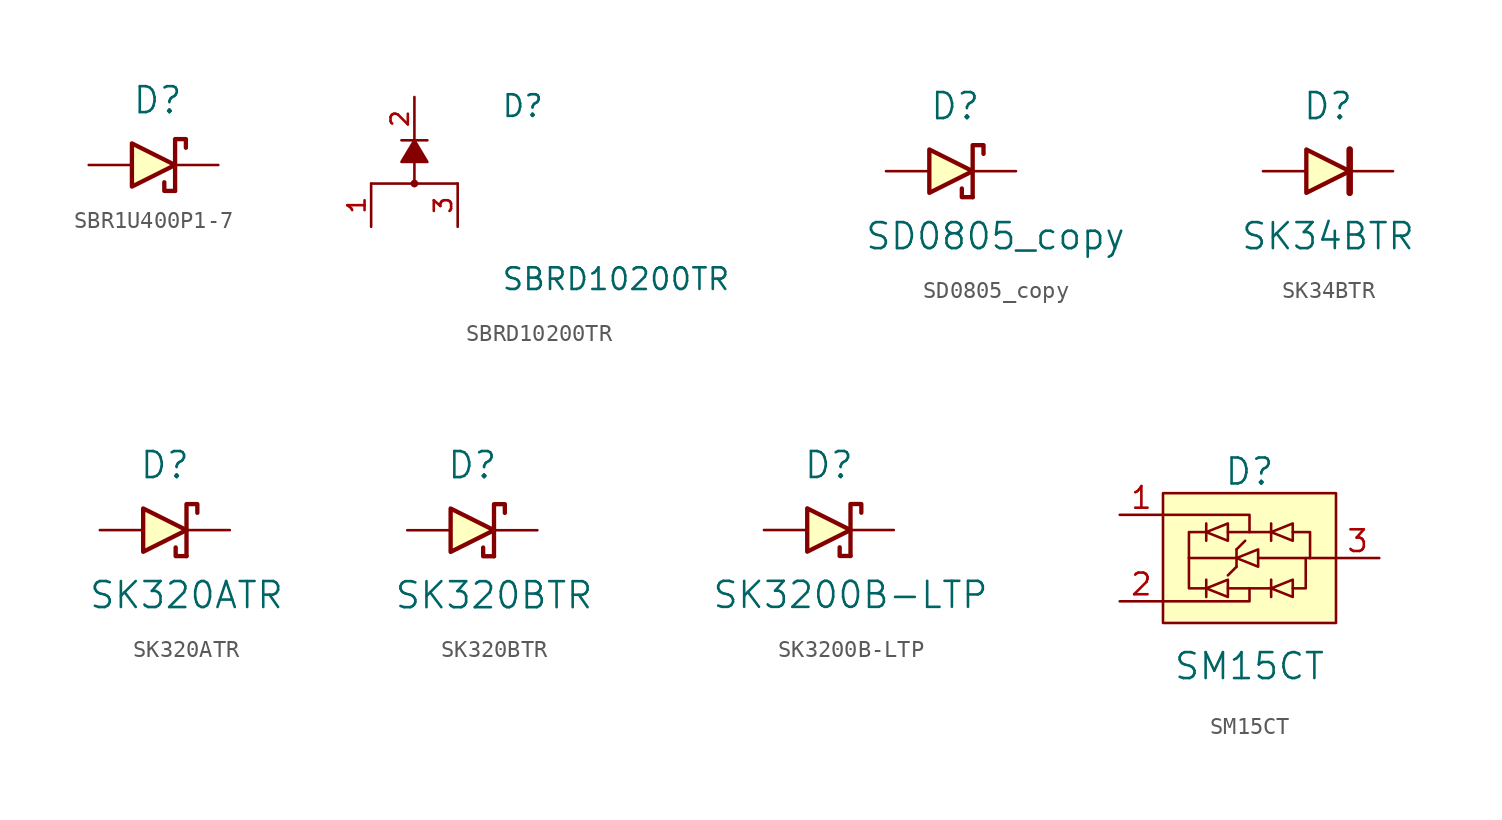
<source format=kicad_sym>
(kicad_symbol_lib
  (version 20241209)
  (generator "kicad_symbol_editor")
  (generator_version "9.0")
  (symbol "SBR1U400P1-7"
    (pin_numbers
      (hide yes))
    (pin_names
      (offset 0)
      (hide yes))
    (property "Reference" "D"
      (at -1.27 3.81 0)
      (effects (font (size 1.524 1.524)) (justify left)))
    (symbol "SBR1U400P1-7_0_1"
      (polyline (pts (xy -1.27 1.27) (xy -1.27 -1.27) (xy 1.27 0) (xy -1.27 1.27)) (stroke (width 0.254) (type default)) (fill (type background)))
      (polyline (pts (xy 1.27 -1.524) (xy 0.635 -1.524) (xy 0.635 -1.016)) (stroke (width 0.254) (type default)) (fill (type none)))
      (polyline (pts (xy 1.27 -1.524) (xy 1.27 1.524) (xy 1.905 1.524) (xy 1.905 1.016)) (stroke (width 0.254) (type default)) (fill (type none))))
    (symbol "SBR1U400P1-7_1_1"
      (pin input line (at -3.81 0 0) (length 2.54) (name "Anode" (effects (font (size 1.27 1.27)))) (number "2" (effects (font (size 1.27 1.27)))))
      (pin input line (at 3.81 0 180) (length 2.54) (name "Cathode" (effects (font (size 1.27 1.27)))) (number "1" (effects (font (size 1.27 1.27)))))))
  (symbol "SBRD10200TR"
    (pin_names
      (offset 1.016))
    (property "Reference" "D"
      (at 5.08 2.54 0)
      (effects (font (size 1.27 1.27)) (justify left bottom)))
    (property "Value" "SBRD10200TR"
      (at 5.08 -7.62 0)
      (effects (font (size 1.27 1.27)) (justify left bottom)))
    (symbol "SBRD10200TR_0_0"
      (polyline (pts (xy 0 1.27) (xy -0.762 1.27)) (stroke (width 0.152) (type default)) (fill (type none)))
      (polyline (pts (xy 0 1.27) (xy 0.762 0) (xy -0.762 0) (xy 0 1.27)) (stroke (width 0.152) (type default)) (fill (type outline)))
      (polyline (pts (xy 0 0) (xy 0 -1.27)) (stroke (width 0.152) (type default)) (fill (type none)))
      (polyline (pts (xy 0 -1.27) (xy -2.54 -1.27)) (stroke (width 0.152) (type default)) (fill (type none)))
      (polyline (pts (xy 0 -1.27) (xy 2.54 -1.27)) (stroke (width 0.152) (type default)) (fill (type none)))
      (circle (center 0 -1.27) (radius 0.152) (stroke (width 0.152) (type default)) (fill (type none)))
      (polyline (pts (xy 0.762 1.27) (xy 0 1.27)) (stroke (width 0.152) (type default)) (fill (type none)))
      (pin passive line (at -2.54 -3.81 90) (length 2.54) (name "~" (effects (font (size 1.016 1.016)))) (number "1" (effects (font (size 1.016 1.016)))))
      (pin passive line (at 0 3.81 270) (length 2.54) (name "~" (effects (font (size 1.016 1.016)))) (number "2" (effects (font (size 1.016 1.016)))))
      (pin passive line (at 2.54 -3.81 90) (length 2.54) (name "~" (effects (font (size 1.016 1.016)))) (number "3" (effects (font (size 1.016 1.016)))))))
  (symbol "SD0805_copy"
    (pin_numbers
      (hide yes))
    (pin_names
      (offset 0)
      (hide yes))
    (property "Reference" "D"
      (at -1.27 3.81 0)
      (effects (font (size 1.524 1.524)) (justify left)))
    (property "Value" "SD0805_copy"
      (at -5.08 -3.81 0)
      (effects (font (size 1.524 1.524)) (justify left)))
    (symbol "SD0805_copy_0_1"
      (polyline (pts (xy -1.27 1.27) (xy -1.27 -1.27) (xy 1.27 0) (xy -1.27 1.27)) (stroke (width 0.254) (type default)) (fill (type background)))
      (polyline (pts (xy 1.27 -1.524) (xy 0.635 -1.524) (xy 0.635 -1.016)) (stroke (width 0.254) (type default)) (fill (type none)))
      (polyline (pts (xy 1.27 -1.524) (xy 1.27 1.524) (xy 1.905 1.524) (xy 1.905 1.016)) (stroke (width 0.254) (type default)) (fill (type none))))
    (symbol "SD0805_copy_1_1"
      (pin input line (at -3.81 0 0) (length 2.54) (name "Anode" (effects (font (size 1.27 1.27)))) (number "2" (effects (font (size 1.27 1.27)))))
      (pin input line (at 3.81 0 180) (length 2.54) (name "Cathode" (effects (font (size 1.27 1.27)))) (number "1" (effects (font (size 1.27 1.27)))))))
  (symbol "SK34BTR"
    (pin_numbers
      (hide yes))
    (pin_names
      (offset 0)
      (hide yes))
    (property "Reference" "D"
      (at -1.27 3.81 0)
      (effects (font (size 1.524 1.524))))
    (property "Value" "SK34BTR"
      (at -1.27 -3.81 0)
      (effects (font (size 1.524 1.524))))
    (symbol "SK34BTR_0_1"
      (polyline (pts (xy -2.54 1.27) (xy -2.54 -1.27) (xy 0 0) (xy -2.54 1.27)) (stroke (width 0.254) (type default)) (fill (type background)))
      (polyline (pts (xy 0 -1.27) (xy 0 1.27)) (stroke (width 0.381) (type default)) (fill (type none))))
    (symbol "SK34BTR_1_1"
      (pin passive line (at -5.08 0 0) (length 2.54) (name "Anode" (effects (font (size 1.27 1.27)))) (number "2" (effects (font (size 1.27 1.27)))))
      (pin passive line (at 2.54 0 180) (length 2.54) (name "Cathode" (effects (font (size 1.27 1.27)))) (number "1" (effects (font (size 1.27 1.27)))))))
  (symbol "SK320ATR"
    (pin_numbers
      (hide yes))
    (pin_names
      (offset 0)
      (hide yes))
    (property "Reference" "D"
      (at -1.27 3.81 0)
      (effects (font (size 1.524 1.524))))
    (property "Value" "SK320ATR"
      (at 0 -3.81 0)
      (effects (font (size 1.524 1.524))))
    (symbol "SK320ATR_0_1"
      (polyline (pts (xy -2.54 1.27) (xy -2.54 -1.27) (xy 0 0) (xy -2.54 1.27)) (stroke (width 0.254) (type default)) (fill (type background)))
      (polyline (pts (xy 0 -1.524) (xy -0.635 -1.524) (xy -0.635 -1.016)) (stroke (width 0.254) (type default)) (fill (type none)))
      (polyline (pts (xy 0 -1.524) (xy 0 1.524) (xy 0.635 1.524) (xy 0.635 1.016)) (stroke (width 0.254) (type default)) (fill (type none))))
    (symbol "SK320ATR_1_1"
      (pin input line (at -5.08 0 0) (length 2.54) (name "Anode" (effects (font (size 1.27 1.27)))) (number "2" (effects (font (size 1.27 1.27)))))
      (pin input line (at 2.54 0 180) (length 2.54) (name "Cathode" (effects (font (size 1.27 1.27)))) (number "1" (effects (font (size 1.27 1.27)))))))
  (symbol "SK320BTR"
    (pin_numbers
      (hide yes))
    (pin_names
      (offset 0)
      (hide yes))
    (property "Reference" "D"
      (at -1.27 3.81 0)
      (effects (font (size 1.524 1.524))))
    (property "Value" "SK320BTR"
      (at 0 -3.81 0)
      (effects (font (size 1.524 1.524))))
    (symbol "SK320BTR_0_1"
      (polyline (pts (xy -2.54 1.27) (xy -2.54 -1.27) (xy 0 0) (xy -2.54 1.27)) (stroke (width 0.254) (type default)) (fill (type background)))
      (polyline (pts (xy 0 -1.524) (xy -0.635 -1.524) (xy -0.635 -1.016)) (stroke (width 0.254) (type default)) (fill (type none)))
      (polyline (pts (xy 0 -1.524) (xy 0 1.524) (xy 0.635 1.524) (xy 0.635 1.016)) (stroke (width 0.254) (type default)) (fill (type none))))
    (symbol "SK320BTR_1_1"
      (pin input line (at -5.08 0 0) (length 2.54) (name "Anode" (effects (font (size 1.27 1.27)))) (number "2" (effects (font (size 1.27 1.27)))))
      (pin input line (at 2.54 0 180) (length 2.54) (name "Cathode" (effects (font (size 1.27 1.27)))) (number "1" (effects (font (size 1.27 1.27)))))))
  (symbol "SK3200B-LTP"
    (pin_numbers
      (hide yes))
    (pin_names
      (offset 0)
      (hide yes))
    (property "Reference" "D"
      (at -1.27 3.81 0)
      (effects (font (size 1.524 1.524))))
    (property "Value" "SK3200B-LTP"
      (at 0 -3.81 0)
      (effects (font (size 1.524 1.524))))
    (symbol "SK3200B-LTP_0_1"
      (polyline (pts (xy -2.54 1.27) (xy -2.54 -1.27) (xy 0 0) (xy -2.54 1.27)) (stroke (width 0.254) (type default)) (fill (type background)))
      (polyline (pts (xy 0 -1.524) (xy -0.635 -1.524) (xy -0.635 -1.016)) (stroke (width 0.254) (type default)) (fill (type none)))
      (polyline (pts (xy 0 -1.524) (xy 0 1.524) (xy 0.635 1.524) (xy 0.635 1.016)) (stroke (width 0.254) (type default)) (fill (type none))))
    (symbol "SK3200B-LTP_1_1"
      (pin input line (at -5.08 0 0) (length 2.54) (name "Anode" (effects (font (size 1.27 1.27)))) (number "2" (effects (font (size 1.27 1.27)))))
      (pin input line (at 2.54 0 180) (length 2.54) (name "Cathode" (effects (font (size 1.27 1.27)))) (number "1" (effects (font (size 1.27 1.27)))))))
  (symbol "SM15CT"
    (pin_names
      (offset 0)
      (hide yes))
    (property "Reference" "D"
      (at 0 5.08 0)
      (effects (font (size 1.524 1.524))))
    (property "Value" "SM15CT"
      (at 0 -6.35 0)
      (effects (font (size 1.524 1.524))))
    (symbol "SM15CT_0_1"
      (polyline (pts (xy -5.08 2.54) (xy 0 2.54) (xy 0 1.524)) (stroke (width 0) (type default)) (fill (type none)))
      (polyline (pts (xy -5.08 -2.54) (xy 0 -2.54) (xy 0 -1.778)) (stroke (width 0) (type default)) (fill (type none)))
      (rectangle (start -5.08 -3.81) (end 5.08 3.81) (stroke (width 0) (type default)) (fill (type background)))
      (polyline (pts (xy -3.556 0) (xy -0.762 0)) (stroke (width 0) (type default)) (fill (type none)))
      (polyline (pts (xy -3.556 0) (xy -3.556 1.524) (xy -2.54 1.524)) (stroke (width 0) (type default)) (fill (type none)))
      (polyline (pts (xy -3.556 0) (xy -3.556 -1.778) (xy -2.54 -1.778)) (stroke (width 0) (type default)) (fill (type none)))
      (polyline (pts (xy -2.54 1.016) (xy -2.54 2.032)) (stroke (width 0) (type default)) (fill (type none)))
      (polyline (pts (xy -2.54 -2.286) (xy -2.54 -1.27)) (stroke (width 0) (type default)) (fill (type none)))
      (polyline (pts (xy -1.27 1.524) (xy 1.27 1.524)) (stroke (width 0) (type default)) (fill (type none)))
      (polyline (pts (xy -1.27 -1.778) (xy 1.27 -1.778)) (stroke (width 0) (type default)) (fill (type none)))
      (polyline (pts (xy -0.762 0.508) (xy -0.254 1.016)) (stroke (width 0) (type default)) (fill (type none)))
      (polyline (pts (xy -0.762 -0.508) (xy -1.27 -1.016)) (stroke (width 0) (type default)) (fill (type none)))
      (polyline (pts (xy -0.762 -0.508) (xy -0.762 0.508)) (stroke (width 0) (type default)) (fill (type none)))
      (polyline (pts (xy 0.508 0) (xy 3.556 0)) (stroke (width 0) (type default)) (fill (type none)))
      (polyline (pts (xy 1.27 1.016) (xy 1.27 2.032)) (stroke (width 0) (type default)) (fill (type none)))
      (polyline (pts (xy 1.27 -2.286) (xy 1.27 -1.27)) (stroke (width 0) (type default)) (fill (type none)))
      (polyline (pts (xy 2.54 1.524) (xy 3.556 1.524) (xy 3.556 0)) (stroke (width 0) (type default)) (fill (type none)))
      (polyline (pts (xy 2.54 -1.778) (xy 3.302 -1.778) (xy 3.302 0)) (stroke (width 0) (type default)) (fill (type none)))
      (polyline (pts (xy 3.556 0) (xy 5.08 0)) (stroke (width 0) (type default)) (fill (type none))))
    (symbol "SM15CT_1_1"
      (polyline (pts (xy -1.27 2.032) (xy -1.27 1.016) (xy -2.54 1.524) (xy -1.27 2.032)) (stroke (width 0) (type default)) (fill (type none)))
      (polyline (pts (xy -1.27 -1.27) (xy -1.27 -2.286) (xy -2.54 -1.778) (xy -1.27 -1.27)) (stroke (width 0) (type default)) (fill (type none)))
      (polyline (pts (xy 0.508 0.508) (xy 0.508 -0.508) (xy -0.762 0) (xy 0.508 0.508)) (stroke (width 0) (type default)) (fill (type none)))
      (polyline (pts (xy 2.54 2.032) (xy 2.54 1.016) (xy 1.27 1.524) (xy 2.54 2.032)) (stroke (width 0) (type default)) (fill (type none)))
      (polyline (pts (xy 2.54 -1.27) (xy 2.54 -2.286) (xy 1.27 -1.778) (xy 2.54 -1.27)) (stroke (width 0) (type default)) (fill (type none)))
      (pin input line (at -7.62 2.54 0) (length 2.54) (name "CH1" (effects (font (size 1.27 1.27)))) (number "1" (effects (font (size 1.27 1.27)))))
      (pin input line (at -7.62 -2.54 0) (length 2.54) (name "CH2" (effects (font (size 1.27 1.27)))) (number "2" (effects (font (size 1.27 1.27)))))
      (pin input line (at 7.62 0 180) (length 2.54) (name "GND" (effects (font (size 1.27 1.27)))) (number "3" (effects (font (size 1.27 1.27))))))))
</source>
